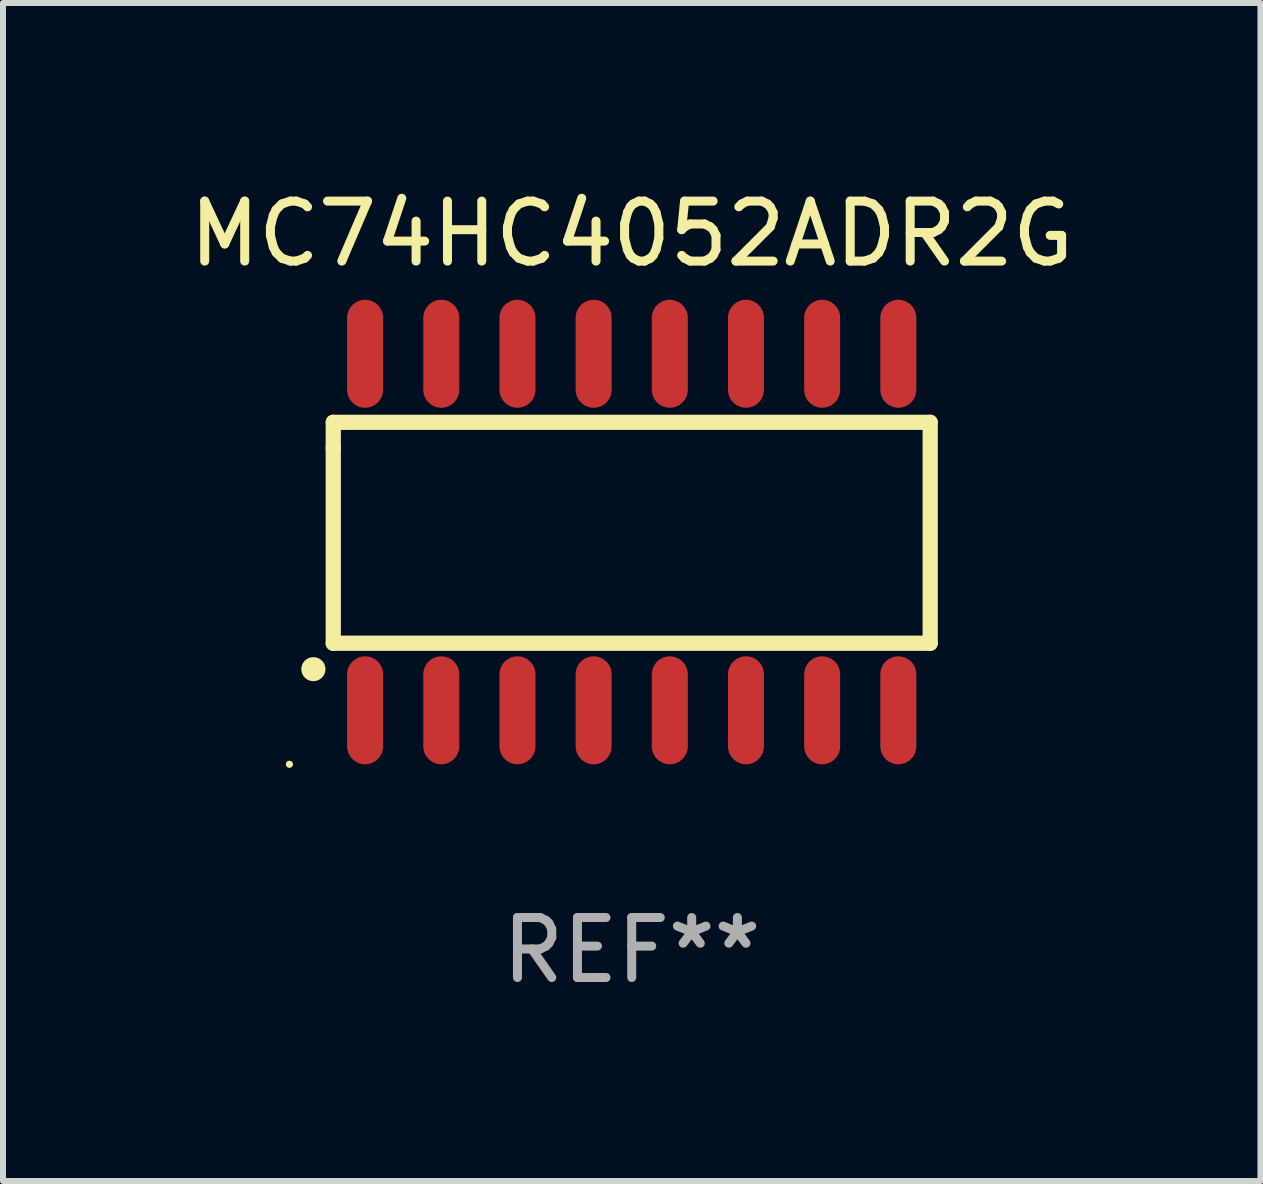
<source format=kicad_pcb>
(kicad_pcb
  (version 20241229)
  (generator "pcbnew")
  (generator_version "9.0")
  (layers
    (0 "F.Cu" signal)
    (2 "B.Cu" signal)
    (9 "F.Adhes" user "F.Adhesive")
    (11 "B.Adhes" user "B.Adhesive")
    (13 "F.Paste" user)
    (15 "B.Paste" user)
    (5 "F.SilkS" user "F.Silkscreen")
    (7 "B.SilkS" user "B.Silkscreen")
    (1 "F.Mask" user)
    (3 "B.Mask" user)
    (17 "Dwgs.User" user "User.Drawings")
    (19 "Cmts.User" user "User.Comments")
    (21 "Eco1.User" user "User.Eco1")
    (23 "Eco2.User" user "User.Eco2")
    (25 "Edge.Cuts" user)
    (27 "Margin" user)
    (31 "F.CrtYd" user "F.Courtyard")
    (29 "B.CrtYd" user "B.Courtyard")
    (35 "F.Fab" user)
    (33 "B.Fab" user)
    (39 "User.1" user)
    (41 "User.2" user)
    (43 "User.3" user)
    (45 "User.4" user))
  (footprint "MC74HC4052ADR2G"
    (layer "F.Cu")
    (at 7.482 5.82)
    (property "Reference" "MC74HC4052ADR2G" (at 0 -4.972 0) (layer "F.SilkS") (effects (font (size 1 1) (thickness 0.15))))
    (attr through_hole)
    (fp_line (start -4.976 -1.829) (end -4.976 -1.4) (stroke (width 0.254) (type solid)) (layer "F.SilkS"))
    (fp_line (start -4.976 -1.4) (end -4.976 1.854) (stroke (width 0.254) (type solid)) (layer "F.SilkS"))
    (fp_line (start -4.976 1.854) (end 4.976 1.854) (stroke (width 0.254) (type solid)) (layer "F.SilkS"))
    (fp_line (start 4.976 -1.829) (end -4.976 -1.829) (stroke (width 0.254) (type solid)) (layer "F.SilkS"))
    (fp_line (start 4.976 1.854) (end 4.976 -1.829) (stroke (width 0.254) (type solid)) (layer "F.SilkS"))
    (fp_arc (start -5.308611 2.286005) (mid -5.307341 2.286001) (end -5.306071 2.286005) (stroke (width 0.4) (type solid)) (layer "F.SilkS"))
    (fp_circle (center -5.707 3.872) (end -5.677 3.872) (stroke (width 0.06) (type solid)) (fill no) (layer "F.SilkS"))
    (fp_text user "REF**" (at 0 6.972 0) (layer "F.Fab") (effects (font (size 1 1) (thickness 0.15))))
    (pad "1" smd oval (at -4.445 2.972 180) (size 0.6 1.8) (layers "F.Cu" "F.Mask" "F.Paste"))
    (pad "2" smd oval (at -3.175 2.972 180) (size 0.6 1.8) (layers "F.Cu" "F.Mask" "F.Paste"))
    (pad "3" smd oval (at -1.905 2.972 180) (size 0.6 1.8) (layers "F.Cu" "F.Mask" "F.Paste"))
    (pad "4" smd oval (at -0.635 2.972 180) (size 0.6 1.8) (layers "F.Cu" "F.Mask" "F.Paste"))
    (pad "5" smd oval (at 0.635 2.972 180) (size 0.6 1.8) (layers "F.Cu" "F.Mask" "F.Paste"))
    (pad "6" smd oval (at 1.905 2.972 180) (size 0.6 1.8) (layers "F.Cu" "F.Mask" "F.Paste"))
    (pad "7" smd oval (at 3.175 2.972 180) (size 0.6 1.8) (layers "F.Cu" "F.Mask" "F.Paste"))
    (pad "8" smd oval (at 4.445 2.972 180) (size 0.6 1.8) (layers "F.Cu" "F.Mask" "F.Paste"))
    (pad "9" smd oval (at 4.445 -2.972 180) (size 0.6 1.8) (layers "F.Cu" "F.Mask" "F.Paste"))
    (pad "10" smd oval (at 3.175 -2.972 180) (size 0.6 1.8) (layers "F.Cu" "F.Mask" "F.Paste"))
    (pad "11" smd oval (at 1.905 -2.972 180) (size 0.6 1.8) (layers "F.Cu" "F.Mask" "F.Paste"))
    (pad "12" smd oval (at 0.635 -2.972 180) (size 0.6 1.8) (layers "F.Cu" "F.Mask" "F.Paste"))
    (pad "13" smd oval (at -0.635 -2.972 180) (size 0.6 1.8) (layers "F.Cu" "F.Mask" "F.Paste"))
    (pad "14" smd oval (at -1.905 -2.972 180) (size 0.6 1.8) (layers "F.Cu" "F.Mask" "F.Paste"))
    (pad "15" smd oval (at -3.175 -2.972 180) (size 0.6 1.8) (layers "F.Cu" "F.Mask" "F.Paste"))
    (pad "16" smd oval (at -4.445 -2.972 180) (size 0.6 1.8) (layers "F.Cu" "F.Mask" "F.Paste")))
  (gr_rect
    (start -3 -3)
    (end 17.964 16.64)
    (stroke (width 0.1) (type default))
    (fill no)
    (layer "Edge.Cuts")))
</source>
